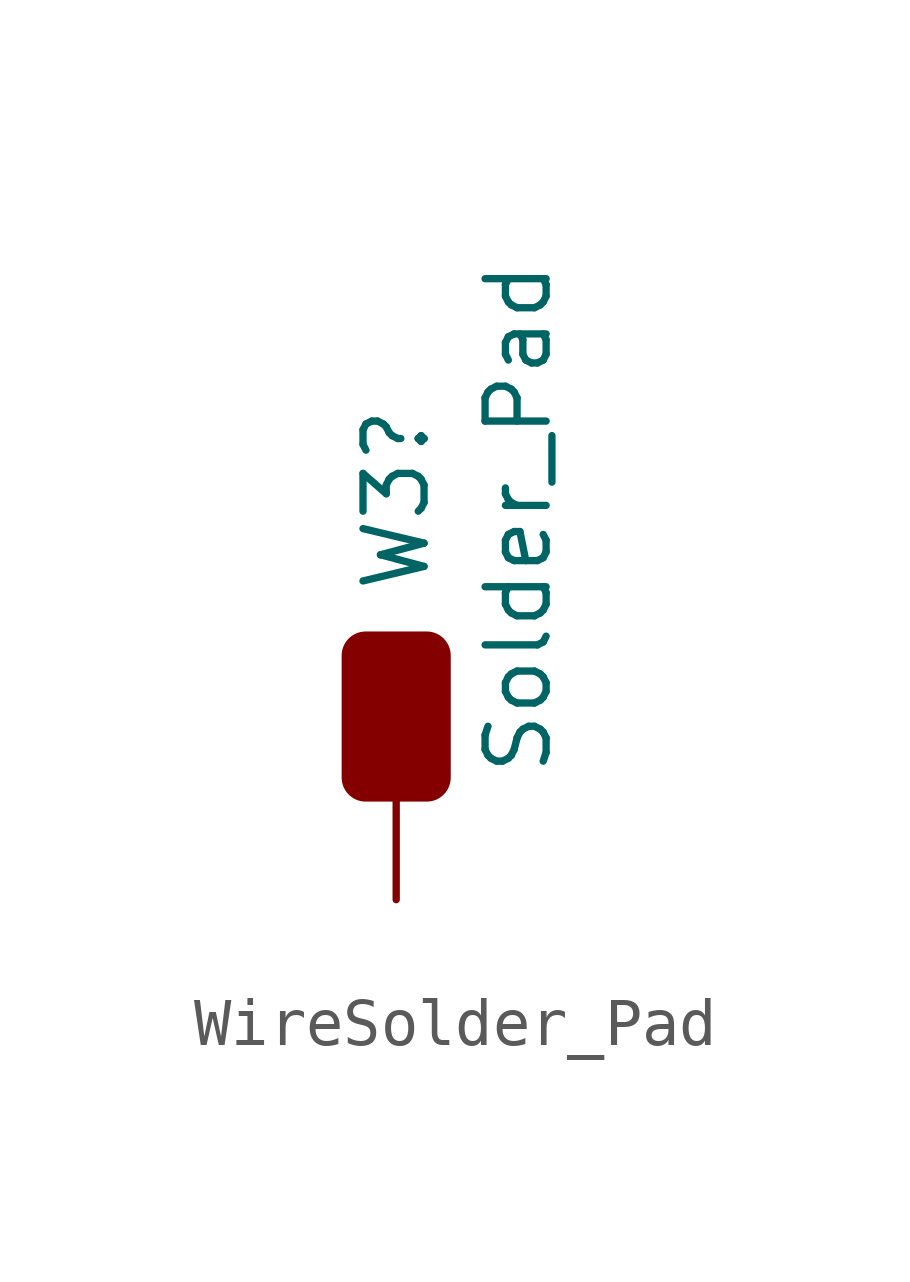
<source format=kicad_sym>
(kicad_symbol_lib
  (version 20220914)
  (generator kicad_symbol_editor)
  (symbol "WireSolder_Pad"
    (pin_numbers hide)
    (pin_names
      (offset 1.016) hide)
    (property "Reference" "W3"
      (at 0 3.81 90)
      (effects (font (size 1.27 1.27)) (justify left)))
    (property "Value" "Solder_Pad"
      (at 2.54 0 90)
      (effects (font (size 1.27 1.27)) (justify left)))
    (symbol "WireSolder_Pad_1_1"
      (rectangle (start -0.635 2.54) (end 0.635 0) (stroke (width 1) (type default) (color 132 0 0 1)) (fill (type color) (color 132 0 0 1)))
      (pin input line (at 0 -2.54 90) (length 2.54) (name "1" (effects (font (size 1.27 1.27)))) (number "1" (effects (font (size 1.27 1.27))))))))
</source>
